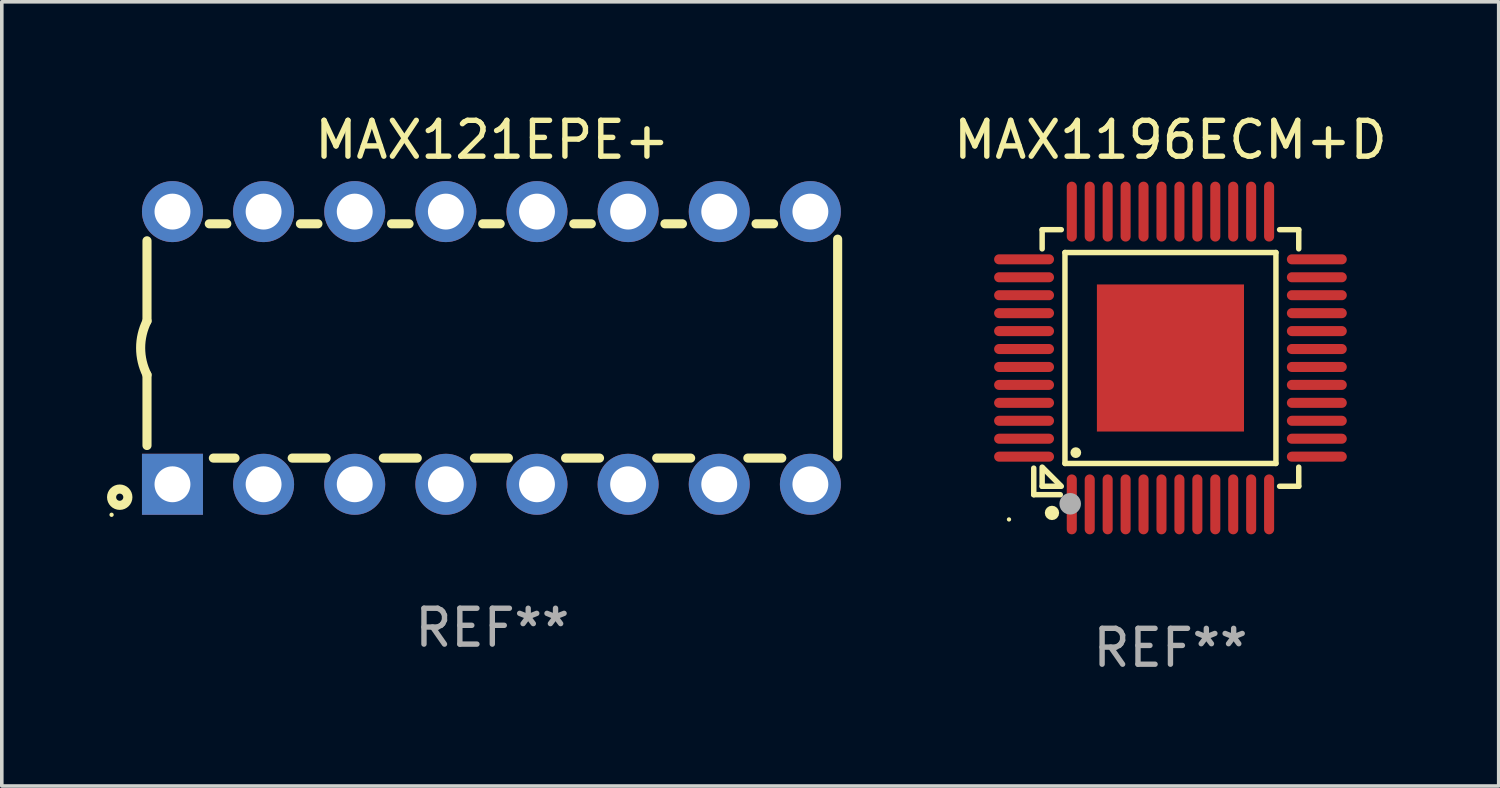
<source format=kicad_pcb>
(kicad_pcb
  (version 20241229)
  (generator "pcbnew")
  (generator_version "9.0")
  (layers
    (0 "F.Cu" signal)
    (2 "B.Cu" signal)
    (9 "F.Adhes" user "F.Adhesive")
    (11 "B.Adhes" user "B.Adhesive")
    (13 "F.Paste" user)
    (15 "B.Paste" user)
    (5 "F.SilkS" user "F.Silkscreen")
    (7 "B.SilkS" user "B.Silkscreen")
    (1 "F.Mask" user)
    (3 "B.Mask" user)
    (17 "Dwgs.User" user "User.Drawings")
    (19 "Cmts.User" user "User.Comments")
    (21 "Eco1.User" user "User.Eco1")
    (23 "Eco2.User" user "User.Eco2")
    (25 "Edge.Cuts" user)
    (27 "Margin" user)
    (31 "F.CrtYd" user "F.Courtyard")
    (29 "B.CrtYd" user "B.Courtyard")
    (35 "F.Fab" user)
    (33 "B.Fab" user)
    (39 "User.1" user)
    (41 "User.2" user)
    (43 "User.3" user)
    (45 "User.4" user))
  (footprint "MAX1196ECM+D"
    (layer "F.Cu")
    (at 29.573 6.928)
    (property "Reference" "MAX1196ECM+D" (at 0 -6.08 0) (layer "F.SilkS") (effects (font (size 1 1) (thickness 0.15))))
    (attr through_hole)
    (fp_line (start -3.81 3.07) (end -3.81 3.81) (stroke (width 0.152) (type solid)) (layer "F.SilkS"))
    (fp_line (start -3.81 3.81) (end -3.07 3.81) (stroke (width 0.152) (type solid)) (layer "F.SilkS"))
    (fp_line (start -3.576 -3.576) (end -3.576 -3.042) (stroke (width 0.152) (type solid)) (layer "F.SilkS"))
    (fp_line (start -3.576 3.576) (end -3.576 3.042) (stroke (width 0.152) (type solid)) (layer "F.SilkS"))
    (fp_line (start -3.549 3.069) (end -3.069 3.549) (stroke (width 0.152) (type solid)) (layer "F.SilkS"))
    (fp_line (start -3.042 -3.576) (end -3.576 -3.576) (stroke (width 0.152) (type solid)) (layer "F.SilkS"))
    (fp_line (start -3.042 3.576) (end -3.576 3.576) (stroke (width 0.152) (type solid)) (layer "F.SilkS"))
    (fp_line (start -2.94 -2.94) (end 2.94 -2.94) (stroke (width 0.152) (type solid)) (layer "F.SilkS"))
    (fp_line (start -2.94 2.94) (end -2.94 -2.94) (stroke (width 0.152) (type solid)) (layer "F.SilkS"))
    (fp_line (start 2.94 -2.94) (end 2.94 2.94) (stroke (width 0.152) (type solid)) (layer "F.SilkS"))
    (fp_line (start 2.94 2.94) (end -2.94 2.94) (stroke (width 0.152) (type solid)) (layer "F.SilkS"))
    (fp_line (start 3.042 -3.576) (end 3.576 -3.576) (stroke (width 0.152) (type solid)) (layer "F.SilkS"))
    (fp_line (start 3.042 3.576) (end 3.576 3.576) (stroke (width 0.152) (type solid)) (layer "F.SilkS"))
    (fp_line (start 3.576 -3.576) (end 3.576 -3.042) (stroke (width 0.152) (type solid)) (layer "F.SilkS"))
    (fp_line (start 3.576 3.576) (end 3.576 3.042) (stroke (width 0.152) (type solid)) (layer "F.SilkS"))
    (fp_circle (center -4.5 4.5) (end -4.47 4.5) (stroke (width 0.06) (type solid)) (fill no) (layer "F.SilkS"))
    (fp_circle (center -3.302 4.318) (end -3.202 4.318) (stroke (width 0.2) (type solid)) (fill no) (layer "F.SilkS"))
    (fp_circle (center -2.638 2.638) (end -2.563 2.638) (stroke (width 0.15) (type solid)) (fill no) (layer "F.SilkS"))
    (fp_circle (center -2.794 4.064) (end -2.644 4.064) (stroke (width 0.3) (type solid)) (fill no) (layer "F.Fab"))
    (fp_text user "REF**" (at 0 8.08 0) (layer "F.Fab") (effects (font (size 1 1) (thickness 0.15))))
    (pad "1" smd oval (at -2.75 4.08) (size 0.28 1.67) (layers "F.Cu" "F.Mask" "F.Paste"))
    (pad "2" smd oval (at -2.25 4.08) (size 0.28 1.67) (layers "F.Cu" "F.Mask" "F.Paste"))
    (pad "3" smd oval (at -1.75 4.08) (size 0.28 1.67) (layers "F.Cu" "F.Mask" "F.Paste"))
    (pad "4" smd oval (at -1.25 4.08) (size 0.28 1.67) (layers "F.Cu" "F.Mask" "F.Paste"))
    (pad "5" smd oval (at -0.75 4.08) (size 0.28 1.67) (layers "F.Cu" "F.Mask" "F.Paste"))
    (pad "6" smd oval (at -0.25 4.08) (size 0.28 1.67) (layers "F.Cu" "F.Mask" "F.Paste"))
    (pad "7" smd oval (at 0.25 4.08) (size 0.28 1.67) (layers "F.Cu" "F.Mask" "F.Paste"))
    (pad "8" smd oval (at 0.75 4.08) (size 0.28 1.67) (layers "F.Cu" "F.Mask" "F.Paste"))
    (pad "9" smd oval (at 1.25 4.08) (size 0.28 1.67) (layers "F.Cu" "F.Mask" "F.Paste"))
    (pad "10" smd oval (at 1.75 4.08) (size 0.28 1.67) (layers "F.Cu" "F.Mask" "F.Paste"))
    (pad "11" smd oval (at 2.25 4.08) (size 0.28 1.67) (layers "F.Cu" "F.Mask" "F.Paste"))
    (pad "12" smd oval (at 2.75 4.08) (size 0.28 1.67) (layers "F.Cu" "F.Mask" "F.Paste"))
    (pad "13" smd oval (at 4.08 2.75) (size 1.67 0.28) (layers "F.Cu" "F.Mask" "F.Paste"))
    (pad "14" smd oval (at 4.08 2.25) (size 1.67 0.28) (layers "F.Cu" "F.Mask" "F.Paste"))
    (pad "15" smd oval (at 4.08 1.75) (size 1.67 0.28) (layers "F.Cu" "F.Mask" "F.Paste"))
    (pad "16" smd oval (at 4.08 1.25) (size 1.67 0.28) (layers "F.Cu" "F.Mask" "F.Paste"))
    (pad "17" smd oval (at 4.08 0.75) (size 1.67 0.28) (layers "F.Cu" "F.Mask" "F.Paste"))
    (pad "18" smd oval (at 4.08 0.25) (size 1.67 0.28) (layers "F.Cu" "F.Mask" "F.Paste"))
    (pad "19" smd oval (at 4.08 -0.25) (size 1.67 0.28) (layers "F.Cu" "F.Mask" "F.Paste"))
    (pad "20" smd oval (at 4.08 -0.75) (size 1.67 0.28) (layers "F.Cu" "F.Mask" "F.Paste"))
    (pad "21" smd oval (at 4.08 -1.25) (size 1.67 0.28) (layers "F.Cu" "F.Mask" "F.Paste"))
    (pad "22" smd oval (at 4.08 -1.75) (size 1.67 0.28) (layers "F.Cu" "F.Mask" "F.Paste"))
    (pad "23" smd oval (at 4.08 -2.25) (size 1.67 0.28) (layers "F.Cu" "F.Mask" "F.Paste"))
    (pad "24" smd oval (at 4.08 -2.75) (size 1.67 0.28) (layers "F.Cu" "F.Mask" "F.Paste"))
    (pad "25" smd oval (at 2.75 -4.08) (size 0.28 1.67) (layers "F.Cu" "F.Mask" "F.Paste"))
    (pad "26" smd oval (at 2.25 -4.08) (size 0.28 1.67) (layers "F.Cu" "F.Mask" "F.Paste"))
    (pad "27" smd oval (at 1.75 -4.08) (size 0.28 1.67) (layers "F.Cu" "F.Mask" "F.Paste"))
    (pad "28" smd oval (at 1.25 -4.08) (size 0.28 1.67) (layers "F.Cu" "F.Mask" "F.Paste"))
    (pad "29" smd oval (at 0.75 -4.08) (size 0.28 1.67) (layers "F.Cu" "F.Mask" "F.Paste"))
    (pad "30" smd oval (at 0.25 -4.08) (size 0.28 1.67) (layers "F.Cu" "F.Mask" "F.Paste"))
    (pad "31" smd oval (at -0.25 -4.08) (size 0.28 1.67) (layers "F.Cu" "F.Mask" "F.Paste"))
    (pad "32" smd oval (at -0.75 -4.08) (size 0.28 1.67) (layers "F.Cu" "F.Mask" "F.Paste"))
    (pad "33" smd oval (at -1.25 -4.08) (size 0.28 1.67) (layers "F.Cu" "F.Mask" "F.Paste"))
    (pad "34" smd oval (at -1.75 -4.08) (size 0.28 1.67) (layers "F.Cu" "F.Mask" "F.Paste"))
    (pad "35" smd oval (at -2.25 -4.08) (size 0.28 1.67) (layers "F.Cu" "F.Mask" "F.Paste"))
    (pad "36" smd oval (at -2.75 -4.08) (size 0.28 1.67) (layers "F.Cu" "F.Mask" "F.Paste"))
    (pad "37" smd oval (at -4.08 -2.75) (size 1.67 0.28) (layers "F.Cu" "F.Mask" "F.Paste"))
    (pad "38" smd oval (at -4.08 -2.25) (size 1.67 0.28) (layers "F.Cu" "F.Mask" "F.Paste"))
    (pad "39" smd oval (at -4.08 -1.75) (size 1.67 0.28) (layers "F.Cu" "F.Mask" "F.Paste"))
    (pad "40" smd oval (at -4.08 -1.25) (size 1.67 0.28) (layers "F.Cu" "F.Mask" "F.Paste"))
    (pad "41" smd oval (at -4.08 -0.75) (size 1.67 0.28) (layers "F.Cu" "F.Mask" "F.Paste"))
    (pad "42" smd oval (at -4.08 -0.25) (size 1.67 0.28) (layers "F.Cu" "F.Mask" "F.Paste"))
    (pad "43" smd oval (at -4.08 0.25) (size 1.67 0.28) (layers "F.Cu" "F.Mask" "F.Paste"))
    (pad "44" smd oval (at -4.08 0.75) (size 1.67 0.28) (layers "F.Cu" "F.Mask" "F.Paste"))
    (pad "45" smd oval (at -4.08 1.25) (size 1.67 0.28) (layers "F.Cu" "F.Mask" "F.Paste"))
    (pad "46" smd oval (at -4.08 1.75) (size 1.67 0.28) (layers "F.Cu" "F.Mask" "F.Paste"))
    (pad "47" smd oval (at -4.08 2.25) (size 1.67 0.28) (layers "F.Cu" "F.Mask" "F.Paste"))
    (pad "48" smd oval (at -4.08 2.75) (size 1.67 0.28) (layers "F.Cu" "F.Mask" "F.Paste"))
    (pad "49" smd rect (at 0 0) (size 4.1 4.1) (layers "F.Cu" "F.Mask" "F.Paste")))
  (footprint "MAX121EPE+"
    (layer "F.Cu")
    (at 10.672 6.648)
    (property "Reference" "MAX121EPE+" (at 0 -5.8 0) (layer "F.SilkS") (effects (font (size 1 1) (thickness 0.15))))
    (attr through_hole)
    (fp_line (start -9.625 -0.75) (end -9.625 -2.986) (stroke (width 0.254) (type solid)) (layer "F.SilkS"))
    (fp_line (start -9.625 0.749) (end -9.625 2.719) (stroke (width 0.254) (type solid)) (layer "F.SilkS"))
    (fp_line (start -7.889 -3.46) (end -7.401 -3.46) (stroke (width 0.254) (type solid)) (layer "F.SilkS"))
    (fp_line (start -7.775 3.07) (end -7.172 3.07) (stroke (width 0.254) (type solid)) (layer "F.SilkS"))
    (fp_line (start -5.578 3.07) (end -4.632 3.07) (stroke (width 0.254) (type solid)) (layer "F.SilkS"))
    (fp_line (start -5.349 -3.46) (end -4.861 -3.46) (stroke (width 0.254) (type solid)) (layer "F.SilkS"))
    (fp_line (start -3.038 3.07) (end -2.092 3.07) (stroke (width 0.254) (type solid)) (layer "F.SilkS"))
    (fp_line (start -2.809 -3.46) (end -2.321 -3.46) (stroke (width 0.254) (type solid)) (layer "F.SilkS"))
    (fp_line (start -0.498 3.07) (end 0.448 3.07) (stroke (width 0.254) (type solid)) (layer "F.SilkS"))
    (fp_line (start -0.269 -3.46) (end 0.219 -3.46) (stroke (width 0.254) (type solid)) (layer "F.SilkS"))
    (fp_line (start 2.042 3.07) (end 2.988 3.07) (stroke (width 0.254) (type solid)) (layer "F.SilkS"))
    (fp_line (start 2.271 -3.46) (end 2.759 -3.46) (stroke (width 0.254) (type solid)) (layer "F.SilkS"))
    (fp_line (start 4.582 3.07) (end 5.528 3.07) (stroke (width 0.254) (type solid)) (layer "F.SilkS"))
    (fp_line (start 4.811 -3.46) (end 5.299 -3.46) (stroke (width 0.254) (type solid)) (layer "F.SilkS"))
    (fp_line (start 7.122 3.07) (end 8.068 3.07) (stroke (width 0.254) (type solid)) (layer "F.SilkS"))
    (fp_line (start 7.351 -3.46) (end 7.839 -3.46) (stroke (width 0.254) (type solid)) (layer "F.SilkS"))
    (fp_line (start 9.625 3.032) (end 9.625 -3.032) (stroke (width 0.254) (type solid)) (layer "F.SilkS"))
    (fp_arc (start -9.624993 0.748819) (mid -9.801912 -0.000581) (end -9.625019 -0.749987) (stroke (width 0.254001) (type solid)) (layer "F.SilkS"))
    (fp_circle (center -10.612 4.65) (end -10.582 4.65) (stroke (width 0.06) (type solid)) (fill no) (layer "F.SilkS"))
    (fp_circle (center -10.385 4.16) (end -10.285 4.16) (stroke (width 0.254) (type solid)) (fill no) (layer "F.SilkS"))
    (fp_text user "REF**" (at 0 7.8 0) (layer "F.Fab") (effects (font (size 1 1) (thickness 0.15))))
    (pad "1" thru_hole rect (at -8.915 3.8 90) (size 1.7 1.7) (drill 1) (layers "*.Cu" "*.Mask"))
    (pad "2" thru_hole circle (at -6.375 3.8) (size 1.7 1.7) (drill 1) (layers "*.Cu" "*.Mask"))
    (pad "3" thru_hole circle (at -3.835 3.8) (size 1.7 1.7) (drill 1) (layers "*.Cu" "*.Mask"))
    (pad "4" thru_hole circle (at -1.295 3.8) (size 1.7 1.7) (drill 1) (layers "*.Cu" "*.Mask"))
    (pad "5" thru_hole circle (at 1.245 3.8) (size 1.7 1.7) (drill 1) (layers "*.Cu" "*.Mask"))
    (pad "6" thru_hole circle (at 3.785 3.8) (size 1.7 1.7) (drill 1) (layers "*.Cu" "*.Mask"))
    (pad "7" thru_hole circle (at 6.325 3.8) (size 1.7 1.7) (drill 1) (layers "*.Cu" "*.Mask"))
    (pad "8" thru_hole circle (at 8.865 3.8) (size 1.7 1.7) (drill 1) (layers "*.Cu" "*.Mask"))
    (pad "9" thru_hole circle (at 8.865 -3.8) (size 1.7 1.7) (drill 1) (layers "*.Cu" "*.Mask"))
    (pad "10" thru_hole circle (at 6.325 -3.8) (size 1.7 1.7) (drill 1) (layers "*.Cu" "*.Mask"))
    (pad "11" thru_hole circle (at 3.785 -3.8) (size 1.7 1.7) (drill 1) (layers "*.Cu" "*.Mask"))
    (pad "12" thru_hole circle (at 1.245 -3.8) (size 1.7 1.7) (drill 1) (layers "*.Cu" "*.Mask"))
    (pad "13" thru_hole circle (at -1.295 -3.8) (size 1.7 1.7) (drill 1) (layers "*.Cu" "*.Mask"))
    (pad "14" thru_hole circle (at -3.835 -3.8) (size 1.7 1.7) (drill 1) (layers "*.Cu" "*.Mask"))
    (pad "15" thru_hole circle (at -6.375 -3.8) (size 1.7 1.7) (drill 1) (layers "*.Cu" "*.Mask"))
    (pad "16" thru_hole circle (at -8.915 -3.8) (size 1.7 1.7) (drill 1) (layers "*.Cu" "*.Mask")))
  (gr_rect
    (start -3 -3)
    (end 38.722 18.857)
    (stroke (width 0.1) (type default))
    (fill no)
    (layer "Edge.Cuts")))
</source>
